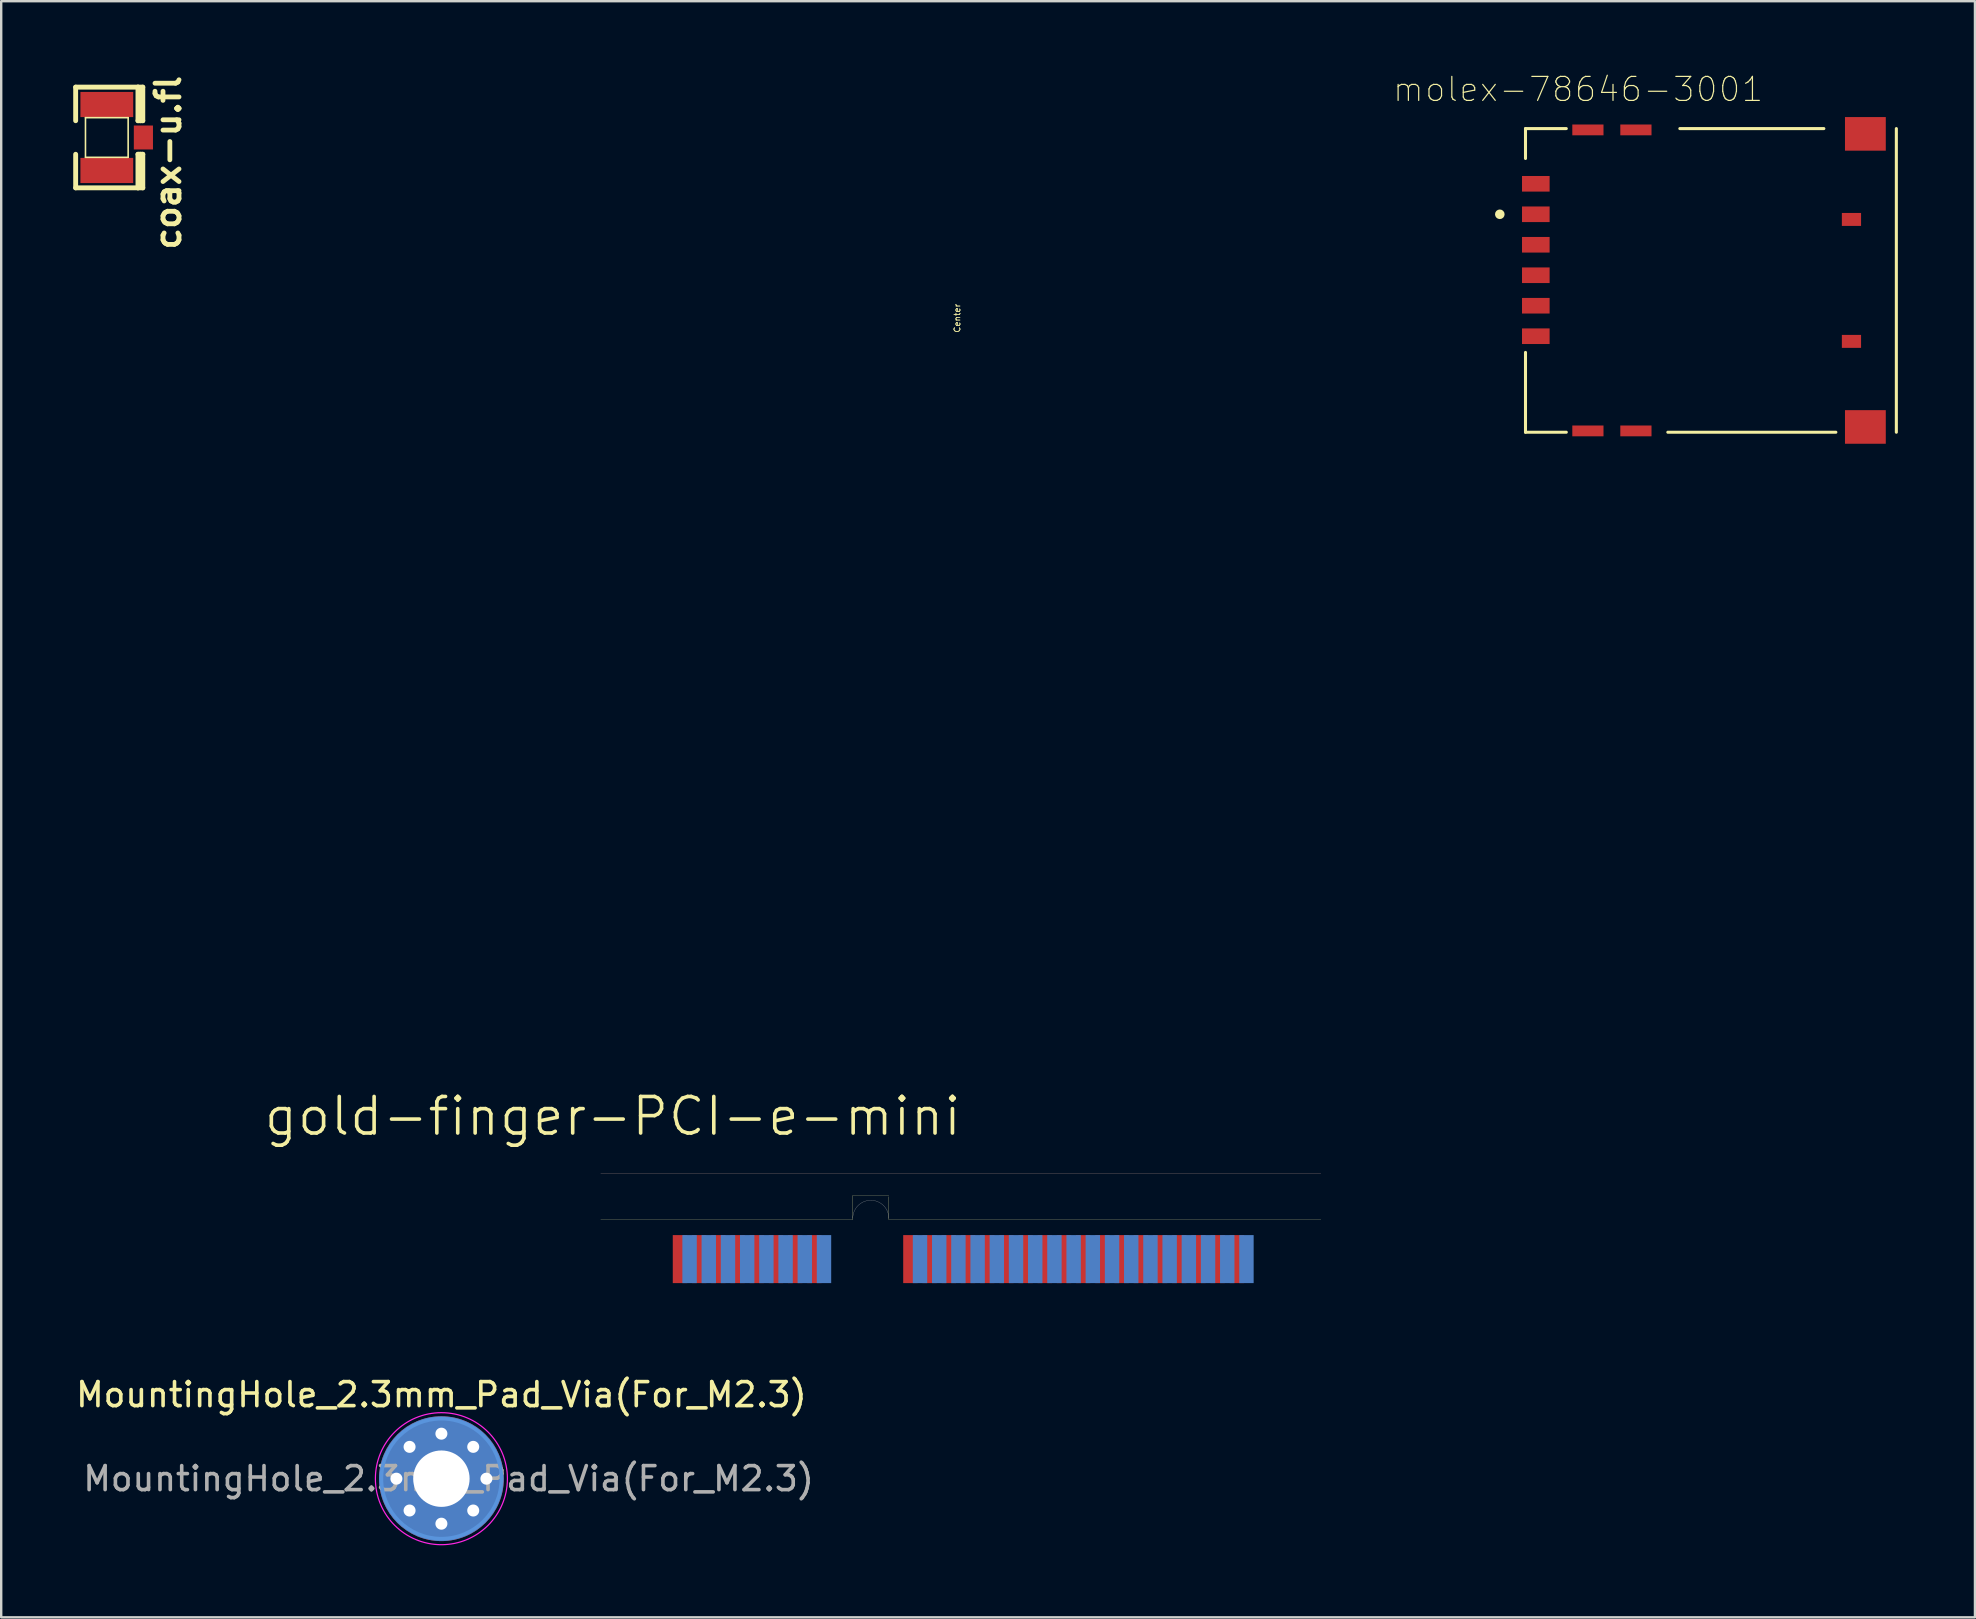
<source format=kicad_pcb>
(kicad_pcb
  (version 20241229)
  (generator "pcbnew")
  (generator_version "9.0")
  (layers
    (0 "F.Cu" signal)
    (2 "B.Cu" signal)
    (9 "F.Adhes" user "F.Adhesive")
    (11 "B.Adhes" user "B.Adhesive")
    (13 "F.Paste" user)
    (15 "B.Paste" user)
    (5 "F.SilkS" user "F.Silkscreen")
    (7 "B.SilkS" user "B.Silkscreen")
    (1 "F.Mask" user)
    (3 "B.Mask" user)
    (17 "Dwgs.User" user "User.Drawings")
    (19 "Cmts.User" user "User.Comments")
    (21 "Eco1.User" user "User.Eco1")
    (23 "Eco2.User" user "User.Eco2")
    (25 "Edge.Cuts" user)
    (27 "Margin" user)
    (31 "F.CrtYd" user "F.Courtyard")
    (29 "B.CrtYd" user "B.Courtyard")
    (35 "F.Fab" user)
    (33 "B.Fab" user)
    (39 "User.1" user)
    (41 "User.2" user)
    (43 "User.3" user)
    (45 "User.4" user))
  (footprint "coax-u.fl"
    (layer "F.Cu")
    (at 1.4 2.678)
    (property "Reference" "coax-u.fl" (at 2.555 -2.678 270) (layer "F.SilkS") (effects (font (size 1 1) (thickness 0.2)) (justify right)))
    (attr smd)
    (fp_line (start -1.298 -0.699) (end -1.298 -2.098) (stroke (width 0.203) (type solid)) (layer "F.SilkS"))
    (fp_line (start -1.298 2.098) (end -1.298 0.699) (stroke (width 0.203) (type solid)) (layer "F.SilkS"))
    (fp_line (start -1.298 2.098) (end 1.298 2.098) (stroke (width 0.203) (type solid)) (layer "F.SilkS"))
    (fp_line (start -0.889 -0.826) (end 0.889 -0.826) (stroke (width 0.066) (type solid)) (layer "F.SilkS"))
    (fp_line (start -0.889 0.826) (end -0.889 -0.826) (stroke (width 0.066) (type solid)) (layer "F.SilkS"))
    (fp_line (start -0.889 0.826) (end 0.889 0.826) (stroke (width 0.066) (type solid)) (layer "F.SilkS"))
    (fp_line (start 0.889 0.826) (end 0.889 -0.826) (stroke (width 0.066) (type solid)) (layer "F.SilkS"))
    (fp_line (start 1.298 -2.098) (end -1.298 -2.098) (stroke (width 0.203) (type solid)) (layer "F.SilkS"))
    (fp_line (start 1.298 -0.699) (end 1.298 -2.098) (stroke (width 0.203) (type solid)) (layer "F.SilkS"))
    (fp_line (start 1.298 2.098) (end 1.298 0.699) (stroke (width 0.203) (type solid)) (layer "F.SilkS"))
    (fp_line (start 1.4 -0.699) (end 1.4 -1.999) (stroke (width 0.203) (type solid)) (layer "F.SilkS"))
    (fp_line (start 1.4 1.999) (end 1.4 0.699) (stroke (width 0.203) (type solid)) (layer "F.SilkS"))
    (fp_line (start 1.499 -2.098) (end 1.298 -2.098) (stroke (width 0.203) (type solid)) (layer "F.SilkS"))
    (fp_line (start 1.499 -0.699) (end 1.298 -0.699) (stroke (width 0.203) (type solid)) (layer "F.SilkS"))
    (fp_line (start 1.499 -0.699) (end 1.499 -2.098) (stroke (width 0.203) (type solid)) (layer "F.SilkS"))
    (fp_line (start 1.499 0.699) (end 1.298 0.699) (stroke (width 0.203) (type solid)) (layer "F.SilkS"))
    (fp_line (start 1.499 2.098) (end 1.298 2.098) (stroke (width 0.203) (type solid)) (layer "F.SilkS"))
    (fp_line (start 1.499 2.098) (end 1.499 0.699) (stroke (width 0.203) (type solid)) (layer "F.SilkS"))
    (pad "1" smd rect (at 1.524 0) (size 0.798 0.998) (layers "F.Cu" "F.Mask" "F.Paste"))
    (pad "2" smd rect (at 0 -1.374) (size 2.2 1.049) (layers "F.Cu" "F.Mask" "F.Paste"))
    (pad "2" smd rect (at 0 1.374) (size 2.2 1.049) (layers "F.Cu" "F.Mask" "F.Paste")))
  (footprint "molex-78646-3001"
    (layer "F.Cu")
    (at 68.228 8.632)
    (property "Reference" "molex-78646-3001" (at -5.532 -7.96 0) (layer "F.SilkS") (effects (font (size 1 1) (thickness 0.05))))
    (attr smd)
    (fp_line (start -7.725 -6.325) (end -7.725 -5.08) (stroke (width 0.127) (type solid)) (layer "F.SilkS"))
    (fp_line (start -7.725 -6.325) (end -6.025 -6.325) (stroke (width 0.127) (type solid)) (layer "F.SilkS"))
    (fp_line (start -7.725 3) (end -7.725 6.325) (stroke (width 0.127) (type solid)) (layer "F.SilkS"))
    (fp_line (start -7.725 6.325) (end -6.025 6.325) (stroke (width 0.127) (type solid)) (layer "F.SilkS"))
    (fp_line (start -1.795 6.325) (end 5.205 6.325) (stroke (width 0.127) (type solid)) (layer "F.SilkS"))
    (fp_line (start -1.295 -6.325) (end 4.705 -6.325) (stroke (width 0.127) (type solid)) (layer "F.SilkS"))
    (fp_line (start 7.725 -6.325) (end 7.725 6.325) (stroke (width 0.127) (type solid)) (layer "F.SilkS"))
    (fp_circle (center -8.795 -2.755) (end -8.695 -2.755) (stroke (width 0.2) (type solid)) (fill no) (layer "F.SilkS"))
    (fp_line (start -8.12 -7.05) (end 7.975 -7.05) (stroke (width 0.05) (type solid)) (layer "Eco1.User"))
    (fp_line (start -8.12 7.06) (end -8.12 -7.05) (stroke (width 0.05) (type solid)) (layer "Eco1.User"))
    (fp_line (start 7.975 -7.05) (end 7.975 7.06) (stroke (width 0.05) (type solid)) (layer "Eco1.User"))
    (fp_line (start 7.975 7.06) (end -8.12 7.06) (stroke (width 0.05) (type solid)) (layer "Eco1.User"))
    (fp_line (start -7.725 -6.325) (end -7.725 6.325) (stroke (width 0.127) (type solid)) (layer "Eco2.User"))
    (fp_line (start 7.725 -6.325) (end -7.725 -6.325) (stroke (width 0.127) (type solid)) (layer "Eco2.User"))
    (fp_line (start 7.725 -6.325) (end 7.725 6.325) (stroke (width 0.127) (type solid)) (layer "Eco2.User"))
    (fp_line (start 7.725 6.325) (end -7.725 6.325) (stroke (width 0.127) (type solid)) (layer "Eco2.User"))
    (fp_circle (center -8.795 -2.755) (end -8.695 -2.755) (stroke (width 0.2) (type solid)) (fill no) (layer "Eco2.User"))
    (pad "C1" smd rect (at -7.295 -2.755) (size 1.15 0.65) (layers "F.Cu" "F.Mask" "F.Paste"))
    (pad "C2" smd rect (at -7.295 -0.215) (size 1.15 0.65) (layers "F.Cu" "F.Mask" "F.Paste"))
    (pad "C3" smd rect (at -7.295 2.325) (size 1.15 0.65) (layers "F.Cu" "F.Mask" "F.Paste"))
    (pad "C5" smd rect (at -7.295 -4.025) (size 1.15 0.65) (layers "F.Cu" "F.Mask" "F.Paste"))
    (pad "C6" smd rect (at -7.295 -1.485) (size 1.15 0.65) (layers "F.Cu" "F.Mask" "F.Paste"))
    (pad "C7" smd rect (at -7.295 1.055) (size 1.15 0.65) (layers "F.Cu" "F.Mask" "F.Paste"))
    (pad "G1" smd rect (at -5.125 -6.27) (size 1.3 0.45) (layers "F.Cu" "F.Mask" "F.Paste"))
    (pad "G2" smd rect (at -3.125 -6.27) (size 1.3 0.45) (layers "F.Cu" "F.Mask" "F.Paste"))
    (pad "G3" smd rect (at -5.125 6.27) (size 1.3 0.45) (layers "F.Cu" "F.Mask" "F.Paste"))
    (pad "G4" smd rect (at -3.125 6.27) (size 1.3 0.45) (layers "F.Cu" "F.Mask" "F.Paste"))
    (pad "G5" smd rect (at 6.435 6.105) (size 1.7 1.4) (layers "F.Cu" "F.Mask" "F.Paste"))
    (pad "G6" smd rect (at 6.435 -6.105) (size 1.7 1.4) (layers "F.Cu" "F.Mask" "F.Paste"))
    (pad "X1" smd rect (at 5.855 -2.54) (size 0.8 0.54) (layers "F.Cu" "F.Mask" "F.Paste"))
    (pad "X2" smd rect (at 5.855 2.54) (size 0.8 0.54) (layers "F.Cu" "F.Mask" "F.Paste")))
  (footprint "gold-finger-PCI-e-mini"
    (layer "F.Cu")
    (at 36.978 50.955)
    (property "Reference" "gold-finger-PCI-e-mini" (at -14.5 -7.5 180) (layer "F.SilkS") (effects (font (size 1.524 1.524) (thickness 0.15))))
    (attr through_hole)
    (fp_line (start -15 -3.2) (end -4.5 -3.2) (stroke (width 0.01) (type solid)) (layer "F.SilkS"))
    (fp_line (start -4.5 -4.2) (end -3 -4.2) (stroke (width 0.01) (type solid)) (layer "F.SilkS"))
    (fp_line (start -4.5 -3.2) (end -4.5 -4.2) (stroke (width 0.01) (type solid)) (layer "F.SilkS"))
    (fp_line (start -3 -4.15) (end -3 -3.2) (stroke (width 0.01) (type solid)) (layer "F.SilkS"))
    (fp_line (start -3 -3.2) (end 15 -3.2) (stroke (width 0.01) (type solid)) (layer "F.SilkS"))
    (fp_line (start -15 -5.1) (end 15 -5.1) (stroke (width 0.01) (type solid)) (layer "B.SilkS"))
    (fp_line (start -13.65 -3.2) (end -15 -3.2) (stroke (width 0.01) (type solid)) (layer "Eco1.User"))
    (fp_line (start -12.85 0) (end -12.85 -2.4) (stroke (width 0.01) (type solid)) (layer "Eco1.User"))
    (fp_line (start -4.5 0) (end -12.85 0) (stroke (width 0.01) (type solid)) (layer "Eco1.User"))
    (fp_line (start -4.5 0) (end -4.5 -3.25) (stroke (width 0.01) (type solid)) (layer "Eco1.User"))
    (fp_line (start -3.75 -4.5) (end -3.75 -0.15) (stroke (width 0.01) (type solid)) (layer "Eco1.User"))
    (fp_line (start -3 0) (end -3 -3.25) (stroke (width 0.01) (type solid)) (layer "Eco1.User"))
    (fp_line (start -3 0) (end 12.85 0) (stroke (width 0.01) (type solid)) (layer "Eco1.User"))
    (fp_line (start 0 0) (end 0 -50.95) (stroke (width 0.01) (type solid)) (layer "Eco1.User"))
    (fp_line (start 12.85 0) (end 12.85 -2.4) (stroke (width 0.01) (type solid)) (layer "Eco1.User"))
    (fp_arc (start -13.65 -3.2) (mid -13.084315 -2.965685) (end -12.85 -2.4) (stroke (width 0.01) (type solid)) (layer "Eco1.User"))
    (fp_arc (start 12.85 -2.4) (mid 13.084315 -2.965685) (end 13.65 -3.2) (stroke (width 0.01) (type solid)) (layer "Eco1.User"))
    (fp_line (start 15 -3.2) (end 13.65 -3.2) (stroke (width 0.01) (type solid)) (layer "Eco2.User"))
    (fp_arc (start -4.5 -3.25) (mid -3.75 -4) (end -3 -3.25) (stroke (width 0.01) (type solid)) (layer "F.Fab"))
    (fp_text user "Center" (at -0.15 -40.75 90) (layer "F.SilkS") (effects (font (size 0.25 0.25) (thickness 0.025))))
    (fp_text user "Center" (at -0.15 -40.75 90) (layer "F.SilkS") (effects (font (size 0.25 0.25) (thickness 0.025))))
    (pad "1" smd rect (at -11.7 -1.55) (size 0.6 2) (layers "F.Cu" "F.Mask"))
    (pad "2" smd rect (at -11.3 -1.55) (size 0.6 2) (layers "B.Cu" "B.Mask"))
    (pad "3" smd rect (at -10.9 -1.55) (size 0.6 2) (layers "F.Cu" "F.Mask"))
    (pad "4" smd rect (at -10.5 -1.55) (size 0.6 2) (layers "B.Cu" "B.Mask"))
    (pad "5" smd rect (at -10.1 -1.55) (size 0.6 2) (layers "F.Cu" "F.Mask"))
    (pad "6" smd rect (at -9.7 -1.55) (size 0.6 2) (layers "B.Cu" "B.Mask"))
    (pad "7" smd rect (at -9.3 -1.55) (size 0.6 2) (layers "F.Cu" "F.Mask"))
    (pad "8" smd rect (at -8.9 -1.55) (size 0.6 2) (layers "B.Cu" "B.Mask"))
    (pad "9" smd rect (at -8.5 -1.55) (size 0.6 2) (layers "F.Cu" "F.Mask"))
    (pad "10" smd rect (at -8.1 -1.55) (size 0.6 2) (layers "B.Cu" "B.Mask"))
    (pad "11" smd rect (at -7.7 -1.55) (size 0.6 2) (layers "F.Cu" "F.Mask"))
    (pad "12" smd rect (at -7.3 -1.55) (size 0.6 2) (layers "B.Cu" "B.Mask"))
    (pad "13" smd rect (at -6.9 -1.55) (size 0.6 2) (layers "F.Cu" "F.Mask"))
    (pad "14" smd rect (at -6.5 -1.55) (size 0.6 2) (layers "B.Cu" "B.Mask"))
    (pad "15" smd rect (at -6.1 -1.55) (size 0.6 2) (layers "F.Cu" "F.Mask"))
    (pad "16" smd rect (at -5.7 -1.55) (size 0.6 2) (layers "B.Cu" "B.Mask"))
    (pad "17" smd rect (at -2.1 -1.55) (size 0.6 2) (layers "F.Cu" "F.Mask"))
    (pad "18" smd rect (at -1.7 -1.55) (size 0.6 2) (layers "B.Cu" "B.Mask"))
    (pad "19" smd rect (at -1.3 -1.55) (size 0.6 2) (layers "F.Cu" "F.Mask"))
    (pad "20" smd rect (at -0.9 -1.55) (size 0.6 2) (layers "B.Cu" "B.Mask"))
    (pad "21" smd rect (at -0.5 -1.55) (size 0.6 2) (layers "F.Cu" "F.Mask"))
    (pad "22" smd rect (at -0.1 -1.55) (size 0.6 2) (layers "B.Cu" "B.Mask"))
    (pad "23" smd rect (at 0.3 -1.55) (size 0.6 2) (layers "F.Cu" "F.Mask"))
    (pad "24" smd rect (at 0.7 -1.55) (size 0.6 2) (layers "B.Cu" "B.Mask"))
    (pad "25" smd rect (at 1.1 -1.55) (size 0.6 2) (layers "F.Cu" "F.Mask"))
    (pad "26" smd rect (at 1.5 -1.55) (size 0.6 2) (layers "B.Cu" "B.Mask"))
    (pad "27" smd rect (at 1.9 -1.55) (size 0.6 2) (layers "F.Cu" "F.Mask"))
    (pad "28" smd rect (at 2.3 -1.55) (size 0.6 2) (layers "B.Cu" "B.Mask"))
    (pad "29" smd rect (at 2.7 -1.55) (size 0.6 2) (layers "F.Cu" "F.Mask"))
    (pad "30" smd rect (at 3.1 -1.55) (size 0.6 2) (layers "B.Cu" "B.Mask"))
    (pad "31" smd rect (at 3.5 -1.55) (size 0.6 2) (layers "F.Cu" "F.Mask"))
    (pad "32" smd rect (at 3.9 -1.55) (size 0.6 2) (layers "B.Cu" "B.Mask"))
    (pad "33" smd rect (at 4.3 -1.55) (size 0.6 2) (layers "F.Cu" "F.Mask"))
    (pad "34" smd rect (at 4.7 -1.55) (size 0.6 2) (layers "B.Cu" "B.Mask"))
    (pad "35" smd rect (at 5.1 -1.55) (size 0.6 2) (layers "F.Cu" "F.Mask"))
    (pad "36" smd rect (at 5.5 -1.55) (size 0.6 2) (layers "B.Cu" "B.Mask"))
    (pad "37" smd rect (at 5.9 -1.55) (size 0.6 2) (layers "F.Cu" "F.Mask"))
    (pad "38" smd rect (at 6.3 -1.55) (size 0.6 2) (layers "B.Cu" "B.Mask"))
    (pad "39" smd rect (at 6.7 -1.55) (size 0.6 2) (layers "F.Cu" "F.Mask"))
    (pad "40" smd rect (at 7.1 -1.55) (size 0.6 2) (layers "B.Cu" "B.Mask"))
    (pad "41" smd rect (at 7.5 -1.55) (size 0.6 2) (layers "F.Cu" "F.Mask"))
    (pad "42" smd rect (at 7.9 -1.55) (size 0.6 2) (layers "B.Cu" "B.Mask"))
    (pad "43" smd rect (at 8.3 -1.55) (size 0.6 2) (layers "F.Cu" "F.Mask"))
    (pad "44" smd rect (at 8.7 -1.55) (size 0.6 2) (layers "B.Cu" "B.Mask"))
    (pad "45" smd rect (at 9.1 -1.55) (size 0.6 2) (layers "F.Cu" "F.Mask"))
    (pad "46" smd rect (at 9.5 -1.55) (size 0.6 2) (layers "B.Cu" "B.Mask"))
    (pad "47" smd rect (at 9.9 -1.55) (size 0.6 2) (layers "F.Cu" "F.Mask"))
    (pad "48" smd rect (at 10.3 -1.55) (size 0.6 2) (layers "B.Cu" "B.Mask"))
    (pad "49" smd rect (at 10.7 -1.55) (size 0.6 2) (layers "F.Cu" "F.Mask"))
    (pad "50" smd rect (at 11.1 -1.55) (size 0.6 2) (layers "B.Cu" "B.Mask"))
    (pad "51" smd rect (at 11.5 -1.55) (size 0.6 2) (layers "F.Cu" "F.Mask"))
    (pad "52" smd rect (at 11.9 -1.55) (size 0.6 2) (layers "B.Cu" "B.Mask")))
  (footprint "MountingHole_2.3mm_Pad_Via(For_M2.3)"
    (layer "F.Cu")
    (at 15.339 58.553)
    (property "Reference" "MountingHole_2.3mm_Pad_Via(For_M2.3)" (at 0 -3.5 0) (layer "F.SilkS") (effects (font (size 1 1) (thickness 0.15))))
    (attr exclude_from_pos_files exclude_from_bom)
    (fp_circle (center 0 0) (end 2.5 0) (stroke (width 0.15) (type solid)) (fill no) (layer "Cmts.User"))
    (fp_circle (center 0 0) (end 2.75 0) (stroke (width 0.05) (type solid)) (fill no) (layer "F.CrtYd"))
    (fp_text user "${REFERENCE}" (at 0.3 0 0) (layer "F.Fab") (effects (font (size 1 1) (thickness 0.15))))
    (pad "1" thru_hole circle (at -1.875 0) (size 0.8 0.8) (drill 0.5) (layers "*.Cu" "*.Mask"))
    (pad "1" thru_hole circle (at -1.326 -1.326) (size 0.8 0.8) (drill 0.5) (layers "*.Cu" "*.Mask"))
    (pad "1" thru_hole circle (at -1.326 1.326) (size 0.8 0.8) (drill 0.5) (layers "*.Cu" "*.Mask"))
    (pad "1" thru_hole circle (at 0 -1.875) (size 0.8 0.8) (drill 0.5) (layers "*.Cu" "*.Mask"))
    (pad "1" thru_hole circle (at 0 0) (size 5.2 5.2) (drill 2.35) (layers "*.Cu" "*.Mask"))
    (pad "1" thru_hole circle (at 0 1.875) (size 0.8 0.8) (drill 0.5) (layers "*.Cu" "*.Mask"))
    (pad "1" thru_hole circle (at 1.326 -1.326) (size 0.8 0.8) (drill 0.5) (layers "*.Cu" "*.Mask"))
    (pad "1" thru_hole circle (at 1.326 1.326) (size 0.8 0.8) (drill 0.5) (layers "*.Cu" "*.Mask"))
    (pad "1" thru_hole circle (at 1.875 0) (size 0.8 0.8) (drill 0.5) (layers "*.Cu" "*.Mask")))
  (gr_rect
    (start -3 -3)
    (end 79.228 64.328)
    (stroke (width 0.1) (type default))
    (fill no)
    (layer "Edge.Cuts")))
</source>
